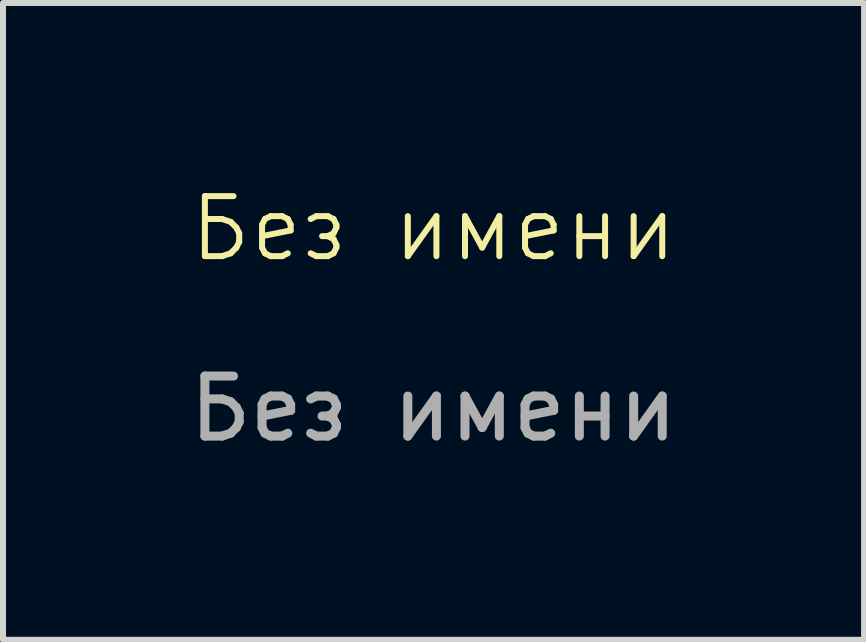
<source format=kicad_pcb>
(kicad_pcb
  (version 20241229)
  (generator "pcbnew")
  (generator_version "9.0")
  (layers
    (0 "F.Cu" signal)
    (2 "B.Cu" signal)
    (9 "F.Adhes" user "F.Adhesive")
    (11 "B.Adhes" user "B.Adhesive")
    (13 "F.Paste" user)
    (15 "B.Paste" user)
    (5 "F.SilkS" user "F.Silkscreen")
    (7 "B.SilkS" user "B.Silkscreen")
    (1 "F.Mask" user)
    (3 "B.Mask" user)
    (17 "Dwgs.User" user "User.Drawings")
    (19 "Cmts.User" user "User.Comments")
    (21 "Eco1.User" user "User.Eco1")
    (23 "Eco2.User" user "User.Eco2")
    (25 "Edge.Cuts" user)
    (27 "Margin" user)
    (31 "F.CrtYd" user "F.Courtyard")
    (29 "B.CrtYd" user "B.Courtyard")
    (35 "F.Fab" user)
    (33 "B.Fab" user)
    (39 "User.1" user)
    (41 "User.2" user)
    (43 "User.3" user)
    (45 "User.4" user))
  (footprint "Без имени"
    (layer "F.Cu")
    (at 4.173 1.26)
    (property "Reference" "Без имени" (at 0 -0.5 0) (unlocked yes) (layer "F.SilkS") (effects (font (size 1 1) (thickness 0.1))))
    (fp_text user "${REFERENCE}" (at 0 2.5 0) (unlocked yes) (layer "F.Fab") (effects (font (size 1 1) (thickness 0.15)))))
  (gr_rect
    (start -3 -3)
    (end 11.345 7.609)
    (stroke (width 0.1) (type default))
    (fill no)
    (layer "Edge.Cuts")))
</source>
